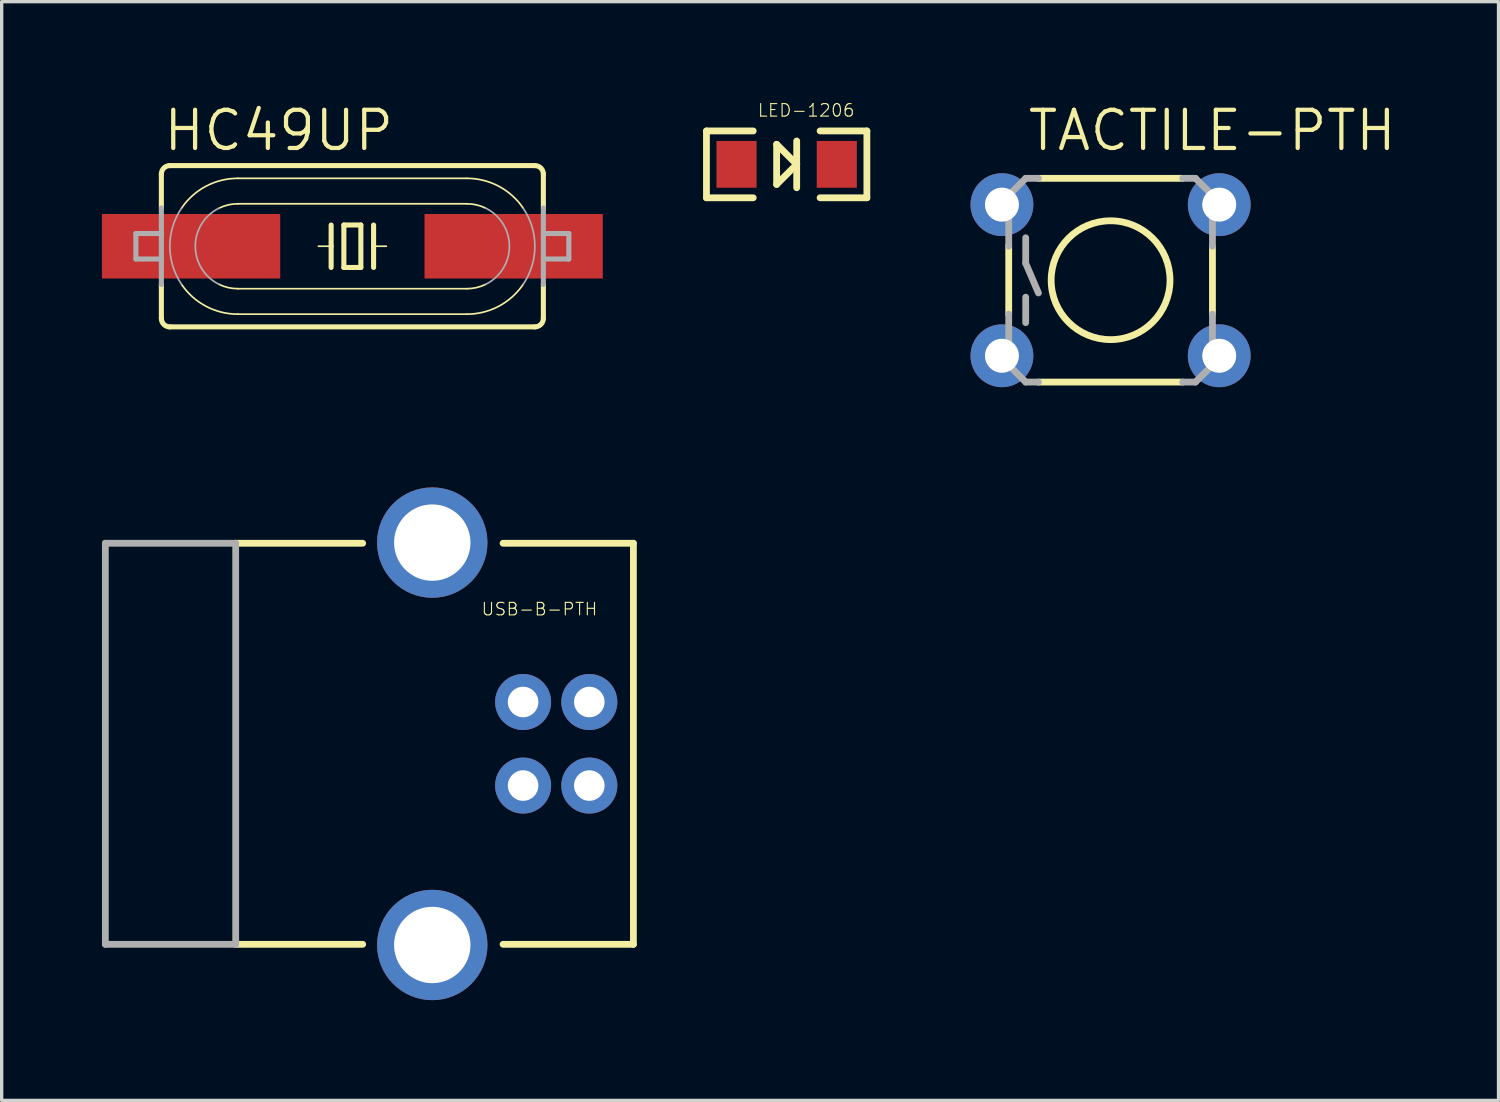
<source format=kicad_pcb>
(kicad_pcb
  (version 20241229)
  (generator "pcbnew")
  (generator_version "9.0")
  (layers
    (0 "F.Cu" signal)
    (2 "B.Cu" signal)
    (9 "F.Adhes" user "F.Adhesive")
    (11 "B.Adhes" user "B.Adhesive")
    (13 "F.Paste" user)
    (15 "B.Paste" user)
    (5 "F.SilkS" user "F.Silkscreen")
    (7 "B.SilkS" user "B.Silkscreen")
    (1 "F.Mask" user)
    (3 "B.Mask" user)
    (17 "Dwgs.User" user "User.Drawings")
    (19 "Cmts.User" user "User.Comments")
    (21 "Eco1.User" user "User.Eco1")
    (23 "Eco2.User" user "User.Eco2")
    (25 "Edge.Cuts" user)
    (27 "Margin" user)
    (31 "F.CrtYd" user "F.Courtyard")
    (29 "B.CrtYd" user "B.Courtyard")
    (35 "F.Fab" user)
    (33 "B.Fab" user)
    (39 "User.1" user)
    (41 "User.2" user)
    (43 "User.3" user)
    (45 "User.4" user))
  (footprint "TACTILE-PTH"
    (layer "F.Cu")
    (at 30.18 5.334)
    (property "Reference" "TACTILE-PTH" (at -2.54 -3.81 0) (layer "F.SilkS") (effects (font (size 1.143 1.143) (thickness 0.127)) (justify left bottom)))
    (fp_line (start -3.048 -1.028) (end -3.048 1.016) (stroke (width 0.203) (type solid)) (layer "F.SilkS"))
    (fp_line (start -2.159 3.048) (end 2.159 3.048) (stroke (width 0.203) (type solid)) (layer "F.SilkS"))
    (fp_line (start 2.159 -3.048) (end -2.159 -3.048) (stroke (width 0.203) (type solid)) (layer "F.SilkS"))
    (fp_line (start 3.048 -0.998) (end 3.048 1.016) (stroke (width 0.203) (type solid)) (layer "F.SilkS"))
    (fp_circle (center 0 0) (end 1.778 0) (stroke (width 0.203) (type solid)) (fill no) (layer "F.SilkS"))
    (fp_line (start -3.048 -2.54) (end -3.048 -1.016) (stroke (width 0.203) (type solid)) (layer "F.Fab"))
    (fp_line (start -3.048 2.54) (end -3.048 1.016) (stroke (width 0.203) (type solid)) (layer "F.Fab"))
    (fp_line (start -2.54 -3.048) (end -3.048 -2.54) (stroke (width 0.203) (type solid)) (layer "F.Fab"))
    (fp_line (start -2.54 -3.048) (end -2.159 -3.048) (stroke (width 0.203) (type solid)) (layer "F.Fab"))
    (fp_line (start -2.54 -1.27) (end -2.54 -0.508) (stroke (width 0.203) (type solid)) (layer "F.Fab"))
    (fp_line (start -2.54 -0.508) (end -2.159 0.381) (stroke (width 0.203) (type solid)) (layer "F.Fab"))
    (fp_line (start -2.54 0.508) (end -2.54 1.27) (stroke (width 0.203) (type solid)) (layer "F.Fab"))
    (fp_line (start -2.54 3.048) (end -3.048 2.54) (stroke (width 0.203) (type solid)) (layer "F.Fab"))
    (fp_line (start -2.54 3.048) (end -2.159 3.048) (stroke (width 0.203) (type solid)) (layer "F.Fab"))
    (fp_line (start 2.54 -3.048) (end 2.159 -3.048) (stroke (width 0.203) (type solid)) (layer "F.Fab"))
    (fp_line (start 2.54 3.048) (end 2.159 3.048) (stroke (width 0.203) (type solid)) (layer "F.Fab"))
    (fp_line (start 2.54 3.048) (end 3.048 2.54) (stroke (width 0.203) (type solid)) (layer "F.Fab"))
    (fp_line (start 3.048 -2.54) (end 2.54 -3.048) (stroke (width 0.203) (type solid)) (layer "F.Fab"))
    (fp_line (start 3.048 -1.016) (end 3.048 -2.54) (stroke (width 0.203) (type solid)) (layer "F.Fab"))
    (fp_line (start 3.048 2.54) (end 3.048 1.016) (stroke (width 0.203) (type solid)) (layer "F.Fab"))
    (pad "1" thru_hole circle (at -3.251 -2.261) (size 1.88 1.88) (drill 1.016) (layers "*.Cu" "*.Mask"))
    (pad "2" thru_hole circle (at 3.251 -2.261) (size 1.88 1.88) (drill 1.016) (layers "*.Cu" "*.Mask"))
    (pad "3" thru_hole circle (at -3.251 2.261) (size 1.88 1.88) (drill 1.016) (layers "*.Cu" "*.Mask"))
    (pad "4" thru_hole circle (at 3.251 2.261) (size 1.88 1.88) (drill 1.016) (layers "*.Cu" "*.Mask")))
  (footprint "LED-1206"
    (layer "F.Cu")
    (at 20.488 1.868)
    (property "Reference" "LED-1206" (at -0.889 -1.397 0) (layer "F.SilkS") (effects (font (size 0.374 0.374) (thickness 0.033)) (justify left bottom)))
    (fp_line (start -2.4 -1) (end -2.4 1) (stroke (width 0.203) (type solid)) (layer "F.SilkS"))
    (fp_line (start -2.4 1) (end -1 1) (stroke (width 0.203) (type solid)) (layer "F.SilkS"))
    (fp_line (start -1 -1) (end -2.4 -1) (stroke (width 0.203) (type solid)) (layer "F.SilkS"))
    (fp_line (start -0.3 -0.6) (end -0.3 0.6) (stroke (width 0.203) (type solid)) (layer "F.SilkS"))
    (fp_line (start -0.3 0.6) (end 0.3 0) (stroke (width 0.203) (type solid)) (layer "F.SilkS"))
    (fp_line (start 0.3 -0.7) (end 0.3 0) (stroke (width 0.203) (type solid)) (layer "F.SilkS"))
    (fp_line (start 0.3 0) (end -0.3 -0.6) (stroke (width 0.203) (type solid)) (layer "F.SilkS"))
    (fp_line (start 0.3 0) (end 0.3 0.7) (stroke (width 0.203) (type solid)) (layer "F.SilkS"))
    (fp_line (start 1 -1) (end 2.4 -1) (stroke (width 0.203) (type solid)) (layer "F.SilkS"))
    (fp_line (start 2.4 -1) (end 2.4 1) (stroke (width 0.203) (type solid)) (layer "F.SilkS"))
    (fp_line (start 2.4 1) (end 1 1) (stroke (width 0.203) (type solid)) (layer "F.SilkS"))
    (pad "A" smd rect (at -1.5 0) (size 1.2 1.4) (layers "F.Cu" "F.Mask" "F.Paste"))
    (pad "C" smd rect (at 1.5 0) (size 1.2 1.4) (layers "F.Cu" "F.Mask" "F.Paste")))
  (footprint "USB-B-PTH"
    (layer "F.Cu")
    (at 12.602 19.205)
    (property "Reference" "USB-B-PTH" (at -1.27 -3.81 0) (layer "F.SilkS") (effects (font (size 0.374 0.374) (thickness 0.033)) (justify left bottom)))
    (fp_line (start -8.6 -6) (end -4.8 -6) (stroke (width 0.203) (type solid)) (layer "F.SilkS"))
    (fp_line (start -8.6 6) (end -4.8 6) (stroke (width 0.203) (type solid)) (layer "F.SilkS"))
    (fp_line (start -0.6 6) (end 3.3 6) (stroke (width 0.203) (type solid)) (layer "F.SilkS"))
    (fp_line (start 3.3 -6) (end -0.6 -6) (stroke (width 0.203) (type solid)) (layer "F.SilkS"))
    (fp_line (start 3.3 6) (end 3.3 -6) (stroke (width 0.203) (type solid)) (layer "F.SilkS"))
    (fp_line (start -12.5 -6) (end -8.6 -6) (stroke (width 0.203) (type solid)) (layer "F.Fab"))
    (fp_line (start -12.5 6) (end -12.5 -6) (stroke (width 0.203) (type solid)) (layer "F.Fab"))
    (fp_line (start -8.6 -6) (end -8.6 6) (stroke (width 0.203) (type solid)) (layer "F.Fab"))
    (fp_line (start -8.6 6) (end -12.5 6) (stroke (width 0.203) (type solid)) (layer "F.Fab"))
    (pad "D+" thru_hole circle (at 0 -1.25 270) (size 1.676 1.676) (drill 0.914) (layers "*.Cu" "*.Mask"))
    (pad "D-" thru_hole circle (at 1.981 -1.25 90) (size 1.676 1.676) (drill 0.914) (layers "*.Cu" "*.Mask"))
    (pad "GND" thru_hole circle (at 0 1.25 270) (size 1.676 1.676) (drill 0.914) (layers "*.Cu" "*.Mask"))
    (pad "S1" thru_hole circle (at -2.718 6.02) (size 3.302 3.302) (drill 2.286) (layers "*.Cu" "*.Mask"))
    (pad "S2" thru_hole circle (at -2.718 -6.02) (size 3.302 3.302) (drill 2.286) (layers "*.Cu" "*.Mask"))
    (pad "VBUS" thru_hole circle (at 1.981 1.25 90) (size 1.676 1.676) (drill 0.914) (layers "*.Cu" "*.Mask")))
  (footprint "HC49UP"
    (layer "F.Cu")
    (at 2.667 4.318)
    (property "Reference" "HC49UP" (at -0.889 -2.794 0) (layer "F.SilkS") (effects (font (size 1.143 1.143) (thickness 0.127)) (justify left bottom)))
    (fp_line (start -0.889 -1.143) (end -0.889 -2.159) (stroke (width 0.152) (type solid)) (layer "F.SilkS"))
    (fp_line (start -0.889 2.159) (end -0.889 1.143) (stroke (width 0.152) (type solid)) (layer "F.SilkS"))
    (fp_line (start 1.397 -2.032) (end 8.255 -2.032) (stroke (width 0.051) (type solid)) (layer "F.SilkS"))
    (fp_line (start 1.397 -1.27) (end 8.255 -1.27) (stroke (width 0.051) (type solid)) (layer "F.SilkS"))
    (fp_line (start 4.191 -0.635) (end 4.191 0) (stroke (width 0.152) (type solid)) (layer "F.SilkS"))
    (fp_line (start 4.191 0) (end 3.81 0) (stroke (width 0.051) (type solid)) (layer "F.SilkS"))
    (fp_line (start 4.191 0) (end 4.191 0.635) (stroke (width 0.152) (type solid)) (layer "F.SilkS"))
    (fp_line (start 4.572 -0.635) (end 4.572 0.635) (stroke (width 0.152) (type solid)) (layer "F.SilkS"))
    (fp_line (start 4.572 0.635) (end 5.08 0.635) (stroke (width 0.152) (type solid)) (layer "F.SilkS"))
    (fp_line (start 5.08 -0.635) (end 4.572 -0.635) (stroke (width 0.152) (type solid)) (layer "F.SilkS"))
    (fp_line (start 5.08 0.635) (end 5.08 -0.635) (stroke (width 0.152) (type solid)) (layer "F.SilkS"))
    (fp_line (start 5.461 -0.635) (end 5.461 0) (stroke (width 0.152) (type solid)) (layer "F.SilkS"))
    (fp_line (start 5.461 0) (end 5.461 0.635) (stroke (width 0.152) (type solid)) (layer "F.SilkS"))
    (fp_line (start 5.461 0) (end 5.842 0) (stroke (width 0.051) (type solid)) (layer "F.SilkS"))
    (fp_line (start 8.255 1.27) (end 1.397 1.27) (stroke (width 0.051) (type solid)) (layer "F.SilkS"))
    (fp_line (start 8.255 2.032) (end 1.397 2.032) (stroke (width 0.051) (type solid)) (layer "F.SilkS"))
    (fp_line (start 10.287 -2.413) (end -0.635 -2.413) (stroke (width 0.152) (type solid)) (layer "F.SilkS"))
    (fp_line (start 10.287 2.413) (end -0.635 2.413) (stroke (width 0.152) (type solid)) (layer "F.SilkS"))
    (fp_line (start 10.541 -1.143) (end 10.541 -2.159) (stroke (width 0.152) (type solid)) (layer "F.SilkS"))
    (fp_line (start 10.541 2.159) (end 10.541 1.143) (stroke (width 0.152) (type solid)) (layer "F.SilkS"))
    (fp_arc (start -0.889 -2.159) (mid -0.814605 -2.338605) (end -0.635 -2.413) (stroke (width 0.1524) (type solid)) (layer "F.SilkS"))
    (fp_arc (start -0.635 2.413) (mid -0.814605 2.338605) (end -0.889 2.159) (stroke (width 0.1524) (type solid)) (layer "F.SilkS"))
    (fp_arc (start -0.2831 -1.143) (mid 0.446583 -1.796107) (end 1.397 -2.032101) (stroke (width 0.0508) (type solid)) (layer "F.SilkS"))
    (fp_arc (start 0.8434 -1.143) (mid 1.113009 -1.237845) (end 1.397 -1.27) (stroke (width 0.0508) (type solid)) (layer "F.SilkS"))
    (fp_arc (start 1.397 1.27) (mid 1.113009 1.237845) (end 0.8434 1.143) (stroke (width 0.0508) (type solid)) (layer "F.SilkS"))
    (fp_arc (start 1.397 2.032001) (mid 0.446592 1.796063) (end -0.2831 1.143) (stroke (width 0.0508) (type solid)) (layer "F.SilkS"))
    (fp_arc (start 8.255 -2.032) (mid 9.205409 -1.796063) (end 9.9351 -1.142999) (stroke (width 0.0508) (type solid)) (layer "F.SilkS"))
    (fp_arc (start 8.255 -1.27) (mid 8.538989 -1.237841) (end 8.8086 -1.143) (stroke (width 0.0508) (type solid)) (layer "F.SilkS"))
    (fp_arc (start 8.8086 1.143) (mid 8.538991 1.237849) (end 8.255 1.27) (stroke (width 0.0508) (type solid)) (layer "F.SilkS"))
    (fp_arc (start 9.935 1.142899) (mid 9.205367 1.795994) (end 8.255 2.032) (stroke (width 0.0508) (type solid)) (layer "F.SilkS"))
    (fp_arc (start 10.287 -2.413) (mid 10.466605 -2.338605) (end 10.541 -2.159) (stroke (width 0.1524) (type solid)) (layer "F.SilkS"))
    (fp_arc (start 10.541 2.159) (mid 10.466605 2.338605) (end 10.287 2.413) (stroke (width 0.1524) (type solid)) (layer "F.SilkS"))
    (fp_line (start -1.651 0.381) (end -1.651 -0.381) (stroke (width 0.152) (type solid)) (layer "F.Fab"))
    (fp_line (start -0.889 -0.381) (end -1.651 -0.381) (stroke (width 0.152) (type solid)) (layer "F.Fab"))
    (fp_line (start -0.889 -0.381) (end -0.889 -1.143) (stroke (width 0.152) (type solid)) (layer "F.Fab"))
    (fp_line (start -0.889 0.381) (end -1.651 0.381) (stroke (width 0.152) (type solid)) (layer "F.Fab"))
    (fp_line (start -0.889 0.381) (end -0.889 -0.381) (stroke (width 0.152) (type solid)) (layer "F.Fab"))
    (fp_line (start -0.889 1.143) (end -0.889 0.381) (stroke (width 0.152) (type solid)) (layer "F.Fab"))
    (fp_line (start 10.541 -0.381) (end 11.303 -0.381) (stroke (width 0.152) (type solid)) (layer "F.Fab"))
    (fp_line (start 10.541 0.381) (end 11.303 0.381) (stroke (width 0.152) (type solid)) (layer "F.Fab"))
    (fp_line (start 10.541 1.143) (end 10.541 -1.143) (stroke (width 0.152) (type solid)) (layer "F.Fab"))
    (fp_line (start 11.303 0.381) (end 11.303 -0.381) (stroke (width 0.152) (type solid)) (layer "F.Fab"))
    (fp_arc (start -0.2831 1.143) (mid -0.63504 0) (end -0.2831 -1.143) (stroke (width 0.0508) (type solid)) (layer "F.Fab"))
    (fp_arc (start 0.8434 1.143) (mid 0.126991 0) (end 0.8434 -1.143) (stroke (width 0.0508) (type solid)) (layer "F.Fab"))
    (fp_arc (start 8.8086 -1.143) (mid 9.525009 0) (end 8.8086 1.143) (stroke (width 0.0508) (type solid)) (layer "F.Fab"))
    (fp_arc (start 9.9351 -1.143) (mid 10.28704 0) (end 9.9351 1.143) (stroke (width 0.0508) (type solid)) (layer "F.Fab"))
    (pad "1" smd rect (at 0 0) (size 5.334 1.93) (layers "F.Cu" "F.Mask" "F.Paste"))
    (pad "2" smd rect (at 9.652 0) (size 5.334 1.93) (layers "F.Cu" "F.Mask" "F.Paste"))
    (zone (net_name "") (layers "F.Cu" "B.Cu") (hatch edge 0.508) (connect_pads) (min_thickness 0.254) (filled_areas_thickness no) (keepout (tracks allowed) (vias not_allowed) (pads allowed) (copperpour allowed) (footprints allowed)) (placement (enabled no)) (fill) (polygon (pts (xy 0.889 7.366) (xy 14.097 7.366) (xy 14.097 1.27) (xy 0.889 1.27)))))
  (gr_rect
    (start -3 -3)
    (end 41.787 29.876)
    (stroke (width 0.1) (type default))
    (fill no)
    (layer "Edge.Cuts")))
</source>
